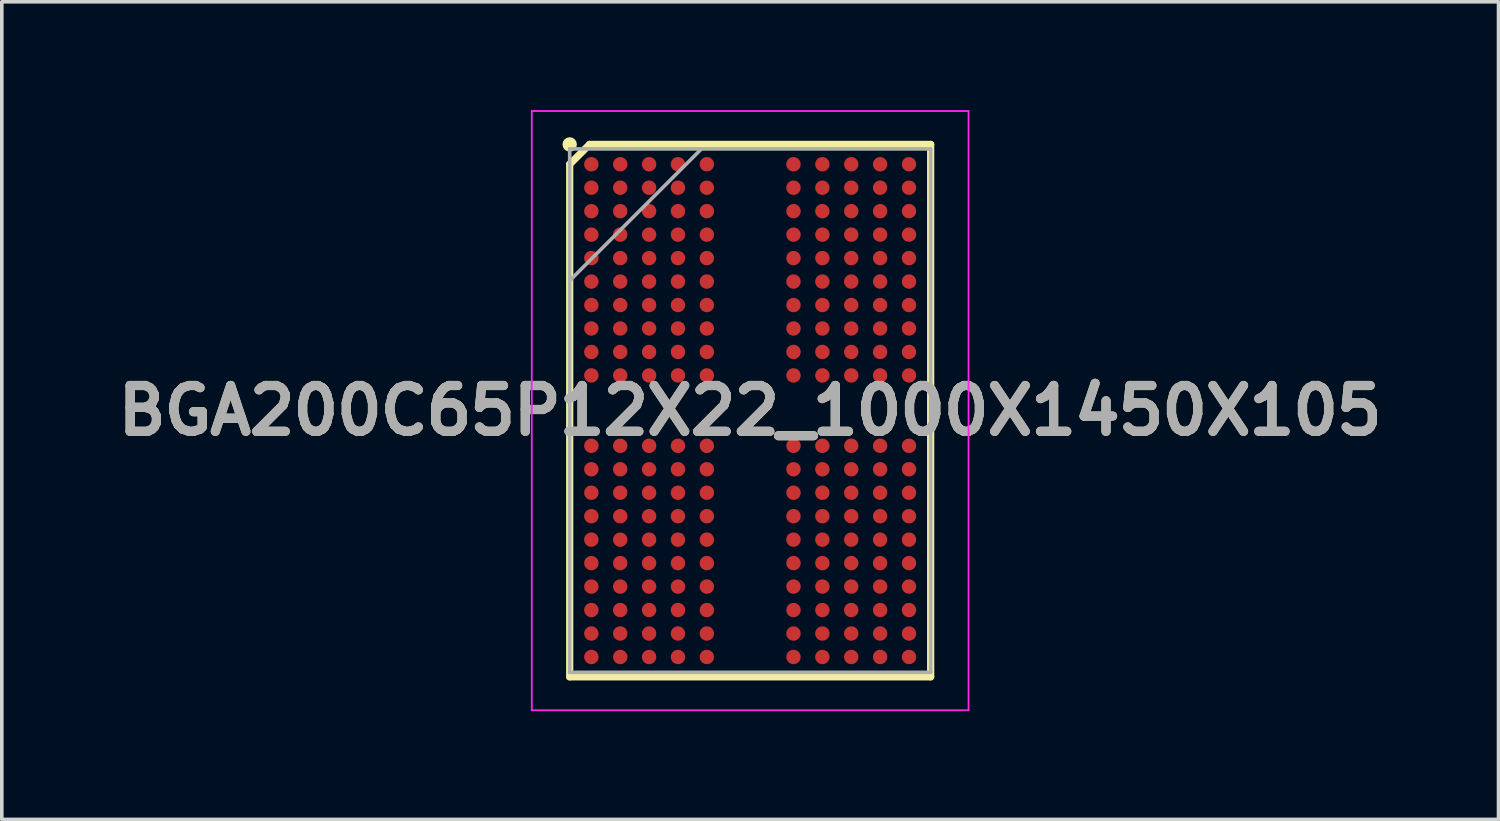
<source format=kicad_pcb>
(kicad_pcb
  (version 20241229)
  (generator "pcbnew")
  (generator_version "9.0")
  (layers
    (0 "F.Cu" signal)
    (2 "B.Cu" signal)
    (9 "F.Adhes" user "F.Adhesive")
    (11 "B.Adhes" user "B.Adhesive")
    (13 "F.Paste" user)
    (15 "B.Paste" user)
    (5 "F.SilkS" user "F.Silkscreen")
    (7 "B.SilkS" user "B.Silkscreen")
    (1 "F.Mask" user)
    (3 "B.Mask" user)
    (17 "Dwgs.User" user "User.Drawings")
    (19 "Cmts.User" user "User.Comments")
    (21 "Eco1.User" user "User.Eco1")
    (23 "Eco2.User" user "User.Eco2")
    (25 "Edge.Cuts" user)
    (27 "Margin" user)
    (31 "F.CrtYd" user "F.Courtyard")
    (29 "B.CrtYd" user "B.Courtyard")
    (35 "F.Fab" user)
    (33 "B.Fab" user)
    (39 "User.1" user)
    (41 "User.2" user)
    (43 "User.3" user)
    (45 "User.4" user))
  (footprint "BGA200C65P12X22_1000X1450X105"
    (layer "F.Cu")
    (at 17.732 8.325)
    (property "Reference" "BGA200C65P12X22_1000X1450X105" (at 0 0 0) (layer "F.SilkS") (effects (font (size 1.27 1.27) (thickness 0.254))))
    (attr smd)
    (fp_line (start -5 -6.824) (end -4.451 -7.373) (stroke (width 0.2) (type solid)) (layer "F.SilkS"))
    (fp_line (start -5 7.375) (end -5 -6.824) (stroke (width 0.2) (type solid)) (layer "F.SilkS"))
    (fp_line (start -4.451 -7.374) (end 5 -7.374) (stroke (width 0.2) (type solid)) (layer "F.SilkS"))
    (fp_line (start 5 -7.374) (end 5 7.375) (stroke (width 0.2) (type solid)) (layer "F.SilkS"))
    (fp_line (start 5 7.375) (end -5 7.375) (stroke (width 0.2) (type solid)) (layer "F.SilkS"))
    (fp_circle (center -5 -7.374) (end -5 -7.274) (stroke (width 0.2) (type solid)) (fill no) (layer "F.SilkS"))
    (fp_line (start -6.05 -8.3) (end 6.05 -8.3) (stroke (width 0.05) (type solid)) (layer "F.CrtYd"))
    (fp_line (start -6.05 8.3) (end -6.05 -8.3) (stroke (width 0.05) (type solid)) (layer "F.CrtYd"))
    (fp_line (start 6.05 -8.3) (end 6.05 8.3) (stroke (width 0.05) (type solid)) (layer "F.CrtYd"))
    (fp_line (start 6.05 8.3) (end -6.05 8.3) (stroke (width 0.05) (type solid)) (layer "F.CrtYd"))
    (fp_line (start -5 -7.25) (end 5 -7.25) (stroke (width 0.1) (type solid)) (layer "F.Fab"))
    (fp_line (start -5 -3.6) (end -1.35 -7.25) (stroke (width 0.1) (type solid)) (layer "F.Fab"))
    (fp_line (start -5 7.25) (end -5 -7.25) (stroke (width 0.1) (type solid)) (layer "F.Fab"))
    (fp_line (start 5 -7.25) (end 5 7.25) (stroke (width 0.1) (type solid)) (layer "F.Fab"))
    (fp_line (start 5 7.25) (end -5 7.25) (stroke (width 0.1) (type solid)) (layer "F.Fab"))
    (fp_text user "${REFERENCE}" (at 0 0 0) (layer "F.Fab") (effects (font (size 1.27 1.27) (thickness 0.254))))
    (pad "A1" smd circle (at -4.4 -6.825 90) (size 0.399 0.399) (layers "F.Cu" "F.Mask" "F.Paste"))
    (pad "A2" smd circle (at -3.6 -6.825 90) (size 0.399 0.399) (layers "F.Cu" "F.Mask" "F.Paste"))
    (pad "A3" smd circle (at -2.8 -6.825 90) (size 0.399 0.399) (layers "F.Cu" "F.Mask" "F.Paste"))
    (pad "A4" smd circle (at -2 -6.825 90) (size 0.399 0.399) (layers "F.Cu" "F.Mask" "F.Paste"))
    (pad "A5" smd circle (at -1.2 -6.825 90) (size 0.399 0.399) (layers "F.Cu" "F.Mask" "F.Paste"))
    (pad "A8" smd circle (at 1.2 -6.825 90) (size 0.399 0.399) (layers "F.Cu" "F.Mask" "F.Paste"))
    (pad "A9" smd circle (at 2 -6.825 90) (size 0.399 0.399) (layers "F.Cu" "F.Mask" "F.Paste"))
    (pad "A10" smd circle (at 2.8 -6.825 90) (size 0.399 0.399) (layers "F.Cu" "F.Mask" "F.Paste"))
    (pad "A11" smd circle (at 3.6 -6.825 90) (size 0.399 0.399) (layers "F.Cu" "F.Mask" "F.Paste"))
    (pad "A12" smd circle (at 4.4 -6.825 90) (size 0.399 0.399) (layers "F.Cu" "F.Mask" "F.Paste"))
    (pad "AA1" smd circle (at -4.4 6.175 90) (size 0.399 0.399) (layers "F.Cu" "F.Mask" "F.Paste"))
    (pad "AA2" smd circle (at -3.6 6.175 90) (size 0.399 0.399) (layers "F.Cu" "F.Mask" "F.Paste"))
    (pad "AA3" smd circle (at -2.8 6.175 90) (size 0.399 0.399) (layers "F.Cu" "F.Mask" "F.Paste"))
    (pad "AA4" smd circle (at -2 6.175 90) (size 0.399 0.399) (layers "F.Cu" "F.Mask" "F.Paste"))
    (pad "AA5" smd circle (at -1.2 6.175 90) (size 0.399 0.399) (layers "F.Cu" "F.Mask" "F.Paste"))
    (pad "AA8" smd circle (at 1.2 6.175 90) (size 0.399 0.399) (layers "F.Cu" "F.Mask" "F.Paste"))
    (pad "AA9" smd circle (at 2 6.175 90) (size 0.399 0.399) (layers "F.Cu" "F.Mask" "F.Paste"))
    (pad "AA10" smd circle (at 2.8 6.175 90) (size 0.399 0.399) (layers "F.Cu" "F.Mask" "F.Paste"))
    (pad "AA11" smd circle (at 3.6 6.175 90) (size 0.399 0.399) (layers "F.Cu" "F.Mask" "F.Paste"))
    (pad "AA12" smd circle (at 4.4 6.175 90) (size 0.399 0.399) (layers "F.Cu" "F.Mask" "F.Paste"))
    (pad "AB1" smd circle (at -4.4 6.825 90) (size 0.399 0.399) (layers "F.Cu" "F.Mask" "F.Paste"))
    (pad "AB2" smd circle (at -3.6 6.825 90) (size 0.399 0.399) (layers "F.Cu" "F.Mask" "F.Paste"))
    (pad "AB3" smd circle (at -2.8 6.825 90) (size 0.399 0.399) (layers "F.Cu" "F.Mask" "F.Paste"))
    (pad "AB4" smd circle (at -2 6.825 90) (size 0.399 0.399) (layers "F.Cu" "F.Mask" "F.Paste"))
    (pad "AB5" smd circle (at -1.2 6.825 90) (size 0.399 0.399) (layers "F.Cu" "F.Mask" "F.Paste"))
    (pad "AB8" smd circle (at 1.2 6.825 90) (size 0.399 0.399) (layers "F.Cu" "F.Mask" "F.Paste"))
    (pad "AB9" smd circle (at 2 6.825 90) (size 0.399 0.399) (layers "F.Cu" "F.Mask" "F.Paste"))
    (pad "AB10" smd circle (at 2.8 6.825 90) (size 0.399 0.399) (layers "F.Cu" "F.Mask" "F.Paste"))
    (pad "AB11" smd circle (at 3.6 6.825 90) (size 0.399 0.399) (layers "F.Cu" "F.Mask" "F.Paste"))
    (pad "AB12" smd circle (at 4.4 6.825 90) (size 0.399 0.399) (layers "F.Cu" "F.Mask" "F.Paste"))
    (pad "B1" smd circle (at -4.4 -6.175 90) (size 0.399 0.399) (layers "F.Cu" "F.Mask" "F.Paste"))
    (pad "B2" smd circle (at -3.6 -6.175 90) (size 0.399 0.399) (layers "F.Cu" "F.Mask" "F.Paste"))
    (pad "B3" smd circle (at -2.8 -6.175 90) (size 0.399 0.399) (layers "F.Cu" "F.Mask" "F.Paste"))
    (pad "B4" smd circle (at -2 -6.175 90) (size 0.399 0.399) (layers "F.Cu" "F.Mask" "F.Paste"))
    (pad "B5" smd circle (at -1.2 -6.175 90) (size 0.399 0.399) (layers "F.Cu" "F.Mask" "F.Paste"))
    (pad "B8" smd circle (at 1.2 -6.175 90) (size 0.399 0.399) (layers "F.Cu" "F.Mask" "F.Paste"))
    (pad "B9" smd circle (at 2 -6.175 90) (size 0.399 0.399) (layers "F.Cu" "F.Mask" "F.Paste"))
    (pad "B10" smd circle (at 2.8 -6.175 90) (size 0.399 0.399) (layers "F.Cu" "F.Mask" "F.Paste"))
    (pad "B11" smd circle (at 3.6 -6.175 90) (size 0.399 0.399) (layers "F.Cu" "F.Mask" "F.Paste"))
    (pad "B12" smd circle (at 4.4 -6.175 90) (size 0.399 0.399) (layers "F.Cu" "F.Mask" "F.Paste"))
    (pad "C1" smd circle (at -4.4 -5.525 90) (size 0.399 0.399) (layers "F.Cu" "F.Mask" "F.Paste"))
    (pad "C2" smd circle (at -3.6 -5.525 90) (size 0.399 0.399) (layers "F.Cu" "F.Mask" "F.Paste"))
    (pad "C3" smd circle (at -2.8 -5.525 90) (size 0.399 0.399) (layers "F.Cu" "F.Mask" "F.Paste"))
    (pad "C4" smd circle (at -2 -5.525 90) (size 0.399 0.399) (layers "F.Cu" "F.Mask" "F.Paste"))
    (pad "C5" smd circle (at -1.2 -5.525 90) (size 0.399 0.399) (layers "F.Cu" "F.Mask" "F.Paste"))
    (pad "C8" smd circle (at 1.2 -5.525 90) (size 0.399 0.399) (layers "F.Cu" "F.Mask" "F.Paste"))
    (pad "C9" smd circle (at 2 -5.525 90) (size 0.399 0.399) (layers "F.Cu" "F.Mask" "F.Paste"))
    (pad "C10" smd circle (at 2.8 -5.525 90) (size 0.399 0.399) (layers "F.Cu" "F.Mask" "F.Paste"))
    (pad "C11" smd circle (at 3.6 -5.525 90) (size 0.399 0.399) (layers "F.Cu" "F.Mask" "F.Paste"))
    (pad "C12" smd circle (at 4.4 -5.525 90) (size 0.399 0.399) (layers "F.Cu" "F.Mask" "F.Paste"))
    (pad "D1" smd circle (at -4.4 -4.875 90) (size 0.399 0.399) (layers "F.Cu" "F.Mask" "F.Paste"))
    (pad "D2" smd circle (at -3.6 -4.875 90) (size 0.399 0.399) (layers "F.Cu" "F.Mask" "F.Paste"))
    (pad "D3" smd circle (at -2.8 -4.875 90) (size 0.399 0.399) (layers "F.Cu" "F.Mask" "F.Paste"))
    (pad "D4" smd circle (at -2 -4.875 90) (size 0.399 0.399) (layers "F.Cu" "F.Mask" "F.Paste"))
    (pad "D5" smd circle (at -1.2 -4.875 90) (size 0.399 0.399) (layers "F.Cu" "F.Mask" "F.Paste"))
    (pad "D8" smd circle (at 1.2 -4.875 90) (size 0.399 0.399) (layers "F.Cu" "F.Mask" "F.Paste"))
    (pad "D9" smd circle (at 2 -4.875 90) (size 0.399 0.399) (layers "F.Cu" "F.Mask" "F.Paste"))
    (pad "D10" smd circle (at 2.8 -4.875 90) (size 0.399 0.399) (layers "F.Cu" "F.Mask" "F.Paste"))
    (pad "D11" smd circle (at 3.6 -4.875 90) (size 0.399 0.399) (layers "F.Cu" "F.Mask" "F.Paste"))
    (pad "D12" smd circle (at 4.4 -4.875 90) (size 0.399 0.399) (layers "F.Cu" "F.Mask" "F.Paste"))
    (pad "E1" smd circle (at -4.4 -4.225 90) (size 0.399 0.399) (layers "F.Cu" "F.Mask" "F.Paste"))
    (pad "E2" smd circle (at -3.6 -4.225 90) (size 0.399 0.399) (layers "F.Cu" "F.Mask" "F.Paste"))
    (pad "E3" smd circle (at -2.8 -4.225 90) (size 0.399 0.399) (layers "F.Cu" "F.Mask" "F.Paste"))
    (pad "E4" smd circle (at -2 -4.225 90) (size 0.399 0.399) (layers "F.Cu" "F.Mask" "F.Paste"))
    (pad "E5" smd circle (at -1.2 -4.225 90) (size 0.399 0.399) (layers "F.Cu" "F.Mask" "F.Paste"))
    (pad "E8" smd circle (at 1.2 -4.225 90) (size 0.399 0.399) (layers "F.Cu" "F.Mask" "F.Paste"))
    (pad "E9" smd circle (at 2 -4.225 90) (size 0.399 0.399) (layers "F.Cu" "F.Mask" "F.Paste"))
    (pad "E10" smd circle (at 2.8 -4.225 90) (size 0.399 0.399) (layers "F.Cu" "F.Mask" "F.Paste"))
    (pad "E11" smd circle (at 3.6 -4.225 90) (size 0.399 0.399) (layers "F.Cu" "F.Mask" "F.Paste"))
    (pad "E12" smd circle (at 4.4 -4.225 90) (size 0.399 0.399) (layers "F.Cu" "F.Mask" "F.Paste"))
    (pad "F1" smd circle (at -4.4 -3.575 90) (size 0.399 0.399) (layers "F.Cu" "F.Mask" "F.Paste"))
    (pad "F2" smd circle (at -3.6 -3.575 90) (size 0.399 0.399) (layers "F.Cu" "F.Mask" "F.Paste"))
    (pad "F3" smd circle (at -2.8 -3.575 90) (size 0.399 0.399) (layers "F.Cu" "F.Mask" "F.Paste"))
    (pad "F4" smd circle (at -2 -3.575 90) (size 0.399 0.399) (layers "F.Cu" "F.Mask" "F.Paste"))
    (pad "F5" smd circle (at -1.2 -3.575 90) (size 0.399 0.399) (layers "F.Cu" "F.Mask" "F.Paste"))
    (pad "F8" smd circle (at 1.2 -3.575 90) (size 0.399 0.399) (layers "F.Cu" "F.Mask" "F.Paste"))
    (pad "F9" smd circle (at 2 -3.575 90) (size 0.399 0.399) (layers "F.Cu" "F.Mask" "F.Paste"))
    (pad "F10" smd circle (at 2.8 -3.575 90) (size 0.399 0.399) (layers "F.Cu" "F.Mask" "F.Paste"))
    (pad "F11" smd circle (at 3.6 -3.575 90) (size 0.399 0.399) (layers "F.Cu" "F.Mask" "F.Paste"))
    (pad "F12" smd circle (at 4.4 -3.575 90) (size 0.399 0.399) (layers "F.Cu" "F.Mask" "F.Paste"))
    (pad "G1" smd circle (at -4.4 -2.925 90) (size 0.399 0.399) (layers "F.Cu" "F.Mask" "F.Paste"))
    (pad "G2" smd circle (at -3.6 -2.925 90) (size 0.399 0.399) (layers "F.Cu" "F.Mask" "F.Paste"))
    (pad "G3" smd circle (at -2.8 -2.925 90) (size 0.399 0.399) (layers "F.Cu" "F.Mask" "F.Paste"))
    (pad "G4" smd circle (at -2 -2.925 90) (size 0.399 0.399) (layers "F.Cu" "F.Mask" "F.Paste"))
    (pad "G5" smd circle (at -1.2 -2.925 90) (size 0.399 0.399) (layers "F.Cu" "F.Mask" "F.Paste"))
    (pad "G8" smd circle (at 1.2 -2.925 90) (size 0.399 0.399) (layers "F.Cu" "F.Mask" "F.Paste"))
    (pad "G9" smd circle (at 2 -2.925 90) (size 0.399 0.399) (layers "F.Cu" "F.Mask" "F.Paste"))
    (pad "G10" smd circle (at 2.8 -2.925 90) (size 0.399 0.399) (layers "F.Cu" "F.Mask" "F.Paste"))
    (pad "G11" smd circle (at 3.6 -2.925 90) (size 0.399 0.399) (layers "F.Cu" "F.Mask" "F.Paste"))
    (pad "G12" smd circle (at 4.4 -2.925 90) (size 0.399 0.399) (layers "F.Cu" "F.Mask" "F.Paste"))
    (pad "H1" smd circle (at -4.4 -2.275 90) (size 0.399 0.399) (layers "F.Cu" "F.Mask" "F.Paste"))
    (pad "H2" smd circle (at -3.6 -2.275 90) (size 0.399 0.399) (layers "F.Cu" "F.Mask" "F.Paste"))
    (pad "H3" smd circle (at -2.8 -2.275 90) (size 0.399 0.399) (layers "F.Cu" "F.Mask" "F.Paste"))
    (pad "H4" smd circle (at -2 -2.275 90) (size 0.399 0.399) (layers "F.Cu" "F.Mask" "F.Paste"))
    (pad "H5" smd circle (at -1.2 -2.275 90) (size 0.399 0.399) (layers "F.Cu" "F.Mask" "F.Paste"))
    (pad "H8" smd circle (at 1.2 -2.275 90) (size 0.399 0.399) (layers "F.Cu" "F.Mask" "F.Paste"))
    (pad "H9" smd circle (at 2 -2.275 90) (size 0.399 0.399) (layers "F.Cu" "F.Mask" "F.Paste"))
    (pad "H10" smd circle (at 2.8 -2.275 90) (size 0.399 0.399) (layers "F.Cu" "F.Mask" "F.Paste"))
    (pad "H11" smd circle (at 3.6 -2.275 90) (size 0.399 0.399) (layers "F.Cu" "F.Mask" "F.Paste"))
    (pad "H12" smd circle (at 4.4 -2.275 90) (size 0.399 0.399) (layers "F.Cu" "F.Mask" "F.Paste"))
    (pad "J1" smd circle (at -4.4 -1.625 90) (size 0.399 0.399) (layers "F.Cu" "F.Mask" "F.Paste"))
    (pad "J2" smd circle (at -3.6 -1.625 90) (size 0.399 0.399) (layers "F.Cu" "F.Mask" "F.Paste"))
    (pad "J3" smd circle (at -2.8 -1.625 90) (size 0.399 0.399) (layers "F.Cu" "F.Mask" "F.Paste"))
    (pad "J4" smd circle (at -2 -1.625 90) (size 0.399 0.399) (layers "F.Cu" "F.Mask" "F.Paste"))
    (pad "J5" smd circle (at -1.2 -1.625 90) (size 0.399 0.399) (layers "F.Cu" "F.Mask" "F.Paste"))
    (pad "J8" smd circle (at 1.2 -1.625 90) (size 0.399 0.399) (layers "F.Cu" "F.Mask" "F.Paste"))
    (pad "J9" smd circle (at 2 -1.625 90) (size 0.399 0.399) (layers "F.Cu" "F.Mask" "F.Paste"))
    (pad "J10" smd circle (at 2.8 -1.625 90) (size 0.399 0.399) (layers "F.Cu" "F.Mask" "F.Paste"))
    (pad "J11" smd circle (at 3.6 -1.625 90) (size 0.399 0.399) (layers "F.Cu" "F.Mask" "F.Paste"))
    (pad "J12" smd circle (at 4.4 -1.625 90) (size 0.399 0.399) (layers "F.Cu" "F.Mask" "F.Paste"))
    (pad "K1" smd circle (at -4.4 -0.975 90) (size 0.399 0.399) (layers "F.Cu" "F.Mask" "F.Paste"))
    (pad "K2" smd circle (at -3.6 -0.975 90) (size 0.399 0.399) (layers "F.Cu" "F.Mask" "F.Paste"))
    (pad "K3" smd circle (at -2.8 -0.975 90) (size 0.399 0.399) (layers "F.Cu" "F.Mask" "F.Paste"))
    (pad "K4" smd circle (at -2 -0.975 90) (size 0.399 0.399) (layers "F.Cu" "F.Mask" "F.Paste"))
    (pad "K5" smd circle (at -1.2 -0.975 90) (size 0.399 0.399) (layers "F.Cu" "F.Mask" "F.Paste"))
    (pad "K8" smd circle (at 1.2 -0.975 90) (size 0.399 0.399) (layers "F.Cu" "F.Mask" "F.Paste"))
    (pad "K9" smd circle (at 2 -0.975 90) (size 0.399 0.399) (layers "F.Cu" "F.Mask" "F.Paste"))
    (pad "K10" smd circle (at 2.8 -0.975 90) (size 0.399 0.399) (layers "F.Cu" "F.Mask" "F.Paste"))
    (pad "K11" smd circle (at 3.6 -0.975 90) (size 0.399 0.399) (layers "F.Cu" "F.Mask" "F.Paste"))
    (pad "K12" smd circle (at 4.4 -0.975 90) (size 0.399 0.399) (layers "F.Cu" "F.Mask" "F.Paste"))
    (pad "N1" smd circle (at -4.4 0.975 90) (size 0.399 0.399) (layers "F.Cu" "F.Mask" "F.Paste"))
    (pad "N2" smd circle (at -3.6 0.975 90) (size 0.399 0.399) (layers "F.Cu" "F.Mask" "F.Paste"))
    (pad "N3" smd circle (at -2.8 0.975 90) (size 0.399 0.399) (layers "F.Cu" "F.Mask" "F.Paste"))
    (pad "N4" smd circle (at -2 0.975 90) (size 0.399 0.399) (layers "F.Cu" "F.Mask" "F.Paste"))
    (pad "N5" smd circle (at -1.2 0.975 90) (size 0.399 0.399) (layers "F.Cu" "F.Mask" "F.Paste"))
    (pad "N8" smd circle (at 1.2 0.975 90) (size 0.399 0.399) (layers "F.Cu" "F.Mask" "F.Paste"))
    (pad "N9" smd circle (at 2 0.975 90) (size 0.399 0.399) (layers "F.Cu" "F.Mask" "F.Paste"))
    (pad "N10" smd circle (at 2.8 0.975 90) (size 0.399 0.399) (layers "F.Cu" "F.Mask" "F.Paste"))
    (pad "N11" smd circle (at 3.6 0.975 90) (size 0.399 0.399) (layers "F.Cu" "F.Mask" "F.Paste"))
    (pad "N12" smd circle (at 4.4 0.975 90) (size 0.399 0.399) (layers "F.Cu" "F.Mask" "F.Paste"))
    (pad "P1" smd circle (at -4.4 1.625 90) (size 0.399 0.399) (layers "F.Cu" "F.Mask" "F.Paste"))
    (pad "P2" smd circle (at -3.6 1.625 90) (size 0.399 0.399) (layers "F.Cu" "F.Mask" "F.Paste"))
    (pad "P3" smd circle (at -2.8 1.625 90) (size 0.399 0.399) (layers "F.Cu" "F.Mask" "F.Paste"))
    (pad "P4" smd circle (at -2 1.625 90) (size 0.399 0.399) (layers "F.Cu" "F.Mask" "F.Paste"))
    (pad "P5" smd circle (at -1.2 1.625 90) (size 0.399 0.399) (layers "F.Cu" "F.Mask" "F.Paste"))
    (pad "P8" smd circle (at 1.2 1.625 90) (size 0.399 0.399) (layers "F.Cu" "F.Mask" "F.Paste"))
    (pad "P9" smd circle (at 2 1.625 90) (size 0.399 0.399) (layers "F.Cu" "F.Mask" "F.Paste"))
    (pad "P10" smd circle (at 2.8 1.625 90) (size 0.399 0.399) (layers "F.Cu" "F.Mask" "F.Paste"))
    (pad "P11" smd circle (at 3.6 1.625 90) (size 0.399 0.399) (layers "F.Cu" "F.Mask" "F.Paste"))
    (pad "P12" smd circle (at 4.4 1.625 90) (size 0.399 0.399) (layers "F.Cu" "F.Mask" "F.Paste"))
    (pad "R1" smd circle (at -4.4 2.275 90) (size 0.399 0.399) (layers "F.Cu" "F.Mask" "F.Paste"))
    (pad "R2" smd circle (at -3.6 2.275 90) (size 0.399 0.399) (layers "F.Cu" "F.Mask" "F.Paste"))
    (pad "R3" smd circle (at -2.8 2.275 90) (size 0.399 0.399) (layers "F.Cu" "F.Mask" "F.Paste"))
    (pad "R4" smd circle (at -2 2.275 90) (size 0.399 0.399) (layers "F.Cu" "F.Mask" "F.Paste"))
    (pad "R5" smd circle (at -1.2 2.275 90) (size 0.399 0.399) (layers "F.Cu" "F.Mask" "F.Paste"))
    (pad "R8" smd circle (at 1.2 2.275 90) (size 0.399 0.399) (layers "F.Cu" "F.Mask" "F.Paste"))
    (pad "R9" smd circle (at 2 2.275 90) (size 0.399 0.399) (layers "F.Cu" "F.Mask" "F.Paste"))
    (pad "R10" smd circle (at 2.8 2.275 90) (size 0.399 0.399) (layers "F.Cu" "F.Mask" "F.Paste"))
    (pad "R11" smd circle (at 3.6 2.275 90) (size 0.399 0.399) (layers "F.Cu" "F.Mask" "F.Paste"))
    (pad "R12" smd circle (at 4.4 2.275 90) (size 0.399 0.399) (layers "F.Cu" "F.Mask" "F.Paste"))
    (pad "T1" smd circle (at -4.4 2.925 90) (size 0.399 0.399) (layers "F.Cu" "F.Mask" "F.Paste"))
    (pad "T2" smd circle (at -3.6 2.925 90) (size 0.399 0.399) (layers "F.Cu" "F.Mask" "F.Paste"))
    (pad "T3" smd circle (at -2.8 2.925 90) (size 0.399 0.399) (layers "F.Cu" "F.Mask" "F.Paste"))
    (pad "T4" smd circle (at -2 2.925 90) (size 0.399 0.399) (layers "F.Cu" "F.Mask" "F.Paste"))
    (pad "T5" smd circle (at -1.2 2.925 90) (size 0.399 0.399) (layers "F.Cu" "F.Mask" "F.Paste"))
    (pad "T8" smd circle (at 1.2 2.925 90) (size 0.399 0.399) (layers "F.Cu" "F.Mask" "F.Paste"))
    (pad "T9" smd circle (at 2 2.925 90) (size 0.399 0.399) (layers "F.Cu" "F.Mask" "F.Paste"))
    (pad "T10" smd circle (at 2.8 2.925 90) (size 0.399 0.399) (layers "F.Cu" "F.Mask" "F.Paste"))
    (pad "T11" smd circle (at 3.6 2.925 90) (size 0.399 0.399) (layers "F.Cu" "F.Mask" "F.Paste"))
    (pad "T12" smd circle (at 4.4 2.925 90) (size 0.399 0.399) (layers "F.Cu" "F.Mask" "F.Paste"))
    (pad "U1" smd circle (at -4.4 3.575 90) (size 0.399 0.399) (layers "F.Cu" "F.Mask" "F.Paste"))
    (pad "U2" smd circle (at -3.6 3.575 90) (size 0.399 0.399) (layers "F.Cu" "F.Mask" "F.Paste"))
    (pad "U3" smd circle (at -2.8 3.575 90) (size 0.399 0.399) (layers "F.Cu" "F.Mask" "F.Paste"))
    (pad "U4" smd circle (at -2 3.575 90) (size 0.399 0.399) (layers "F.Cu" "F.Mask" "F.Paste"))
    (pad "U5" smd circle (at -1.2 3.575 90) (size 0.399 0.399) (layers "F.Cu" "F.Mask" "F.Paste"))
    (pad "U8" smd circle (at 1.2 3.575 90) (size 0.399 0.399) (layers "F.Cu" "F.Mask" "F.Paste"))
    (pad "U9" smd circle (at 2 3.575 90) (size 0.399 0.399) (layers "F.Cu" "F.Mask" "F.Paste"))
    (pad "U10" smd circle (at 2.8 3.575 90) (size 0.399 0.399) (layers "F.Cu" "F.Mask" "F.Paste"))
    (pad "U11" smd circle (at 3.6 3.575 90) (size 0.399 0.399) (layers "F.Cu" "F.Mask" "F.Paste"))
    (pad "U12" smd circle (at 4.4 3.575 90) (size 0.399 0.399) (layers "F.Cu" "F.Mask" "F.Paste"))
    (pad "V1" smd circle (at -4.4 4.225 90) (size 0.399 0.399) (layers "F.Cu" "F.Mask" "F.Paste"))
    (pad "V2" smd circle (at -3.6 4.225 90) (size 0.399 0.399) (layers "F.Cu" "F.Mask" "F.Paste"))
    (pad "V3" smd circle (at -2.8 4.225 90) (size 0.399 0.399) (layers "F.Cu" "F.Mask" "F.Paste"))
    (pad "V4" smd circle (at -2 4.225 90) (size 0.399 0.399) (layers "F.Cu" "F.Mask" "F.Paste"))
    (pad "V5" smd circle (at -1.2 4.225 90) (size 0.399 0.399) (layers "F.Cu" "F.Mask" "F.Paste"))
    (pad "V8" smd circle (at 1.2 4.225 90) (size 0.399 0.399) (layers "F.Cu" "F.Mask" "F.Paste"))
    (pad "V9" smd circle (at 2 4.225 90) (size 0.399 0.399) (layers "F.Cu" "F.Mask" "F.Paste"))
    (pad "V10" smd circle (at 2.8 4.225 90) (size 0.399 0.399) (layers "F.Cu" "F.Mask" "F.Paste"))
    (pad "V11" smd circle (at 3.6 4.225 90) (size 0.399 0.399) (layers "F.Cu" "F.Mask" "F.Paste"))
    (pad "V12" smd circle (at 4.4 4.225 90) (size 0.399 0.399) (layers "F.Cu" "F.Mask" "F.Paste"))
    (pad "W1" smd circle (at -4.4 4.875 90) (size 0.399 0.399) (layers "F.Cu" "F.Mask" "F.Paste"))
    (pad "W2" smd circle (at -3.6 4.875 90) (size 0.399 0.399) (layers "F.Cu" "F.Mask" "F.Paste"))
    (pad "W3" smd circle (at -2.8 4.875 90) (size 0.399 0.399) (layers "F.Cu" "F.Mask" "F.Paste"))
    (pad "W4" smd circle (at -2 4.875 90) (size 0.399 0.399) (layers "F.Cu" "F.Mask" "F.Paste"))
    (pad "W5" smd circle (at -1.2 4.875 90) (size 0.399 0.399) (layers "F.Cu" "F.Mask" "F.Paste"))
    (pad "W8" smd circle (at 1.2 4.875 90) (size 0.399 0.399) (layers "F.Cu" "F.Mask" "F.Paste"))
    (pad "W9" smd circle (at 2 4.875 90) (size 0.399 0.399) (layers "F.Cu" "F.Mask" "F.Paste"))
    (pad "W10" smd circle (at 2.8 4.875 90) (size 0.399 0.399) (layers "F.Cu" "F.Mask" "F.Paste"))
    (pad "W11" smd circle (at 3.6 4.875 90) (size 0.399 0.399) (layers "F.Cu" "F.Mask" "F.Paste"))
    (pad "W12" smd circle (at 4.4 4.875 90) (size 0.399 0.399) (layers "F.Cu" "F.Mask" "F.Paste"))
    (pad "Y1" smd circle (at -4.4 5.525 90) (size 0.399 0.399) (layers "F.Cu" "F.Mask" "F.Paste"))
    (pad "Y2" smd circle (at -3.6 5.525 90) (size 0.399 0.399) (layers "F.Cu" "F.Mask" "F.Paste"))
    (pad "Y3" smd circle (at -2.8 5.525 90) (size 0.399 0.399) (layers "F.Cu" "F.Mask" "F.Paste"))
    (pad "Y4" smd circle (at -2 5.525 90) (size 0.399 0.399) (layers "F.Cu" "F.Mask" "F.Paste"))
    (pad "Y5" smd circle (at -1.2 5.525 90) (size 0.399 0.399) (layers "F.Cu" "F.Mask" "F.Paste"))
    (pad "Y8" smd circle (at 1.2 5.525 90) (size 0.399 0.399) (layers "F.Cu" "F.Mask" "F.Paste"))
    (pad "Y9" smd circle (at 2 5.525 90) (size 0.399 0.399) (layers "F.Cu" "F.Mask" "F.Paste"))
    (pad "Y10" smd circle (at 2.8 5.525 90) (size 0.399 0.399) (layers "F.Cu" "F.Mask" "F.Paste"))
    (pad "Y11" smd circle (at 3.6 5.525 90) (size 0.399 0.399) (layers "F.Cu" "F.Mask" "F.Paste"))
    (pad "Y12" smd circle (at 4.4 5.525 90) (size 0.399 0.399) (layers "F.Cu" "F.Mask" "F.Paste")))
  (gr_rect
    (start -3 -3)
    (end 38.463 19.65)
    (stroke (width 0.1) (type default))
    (fill no)
    (layer "Edge.Cuts")))
</source>
